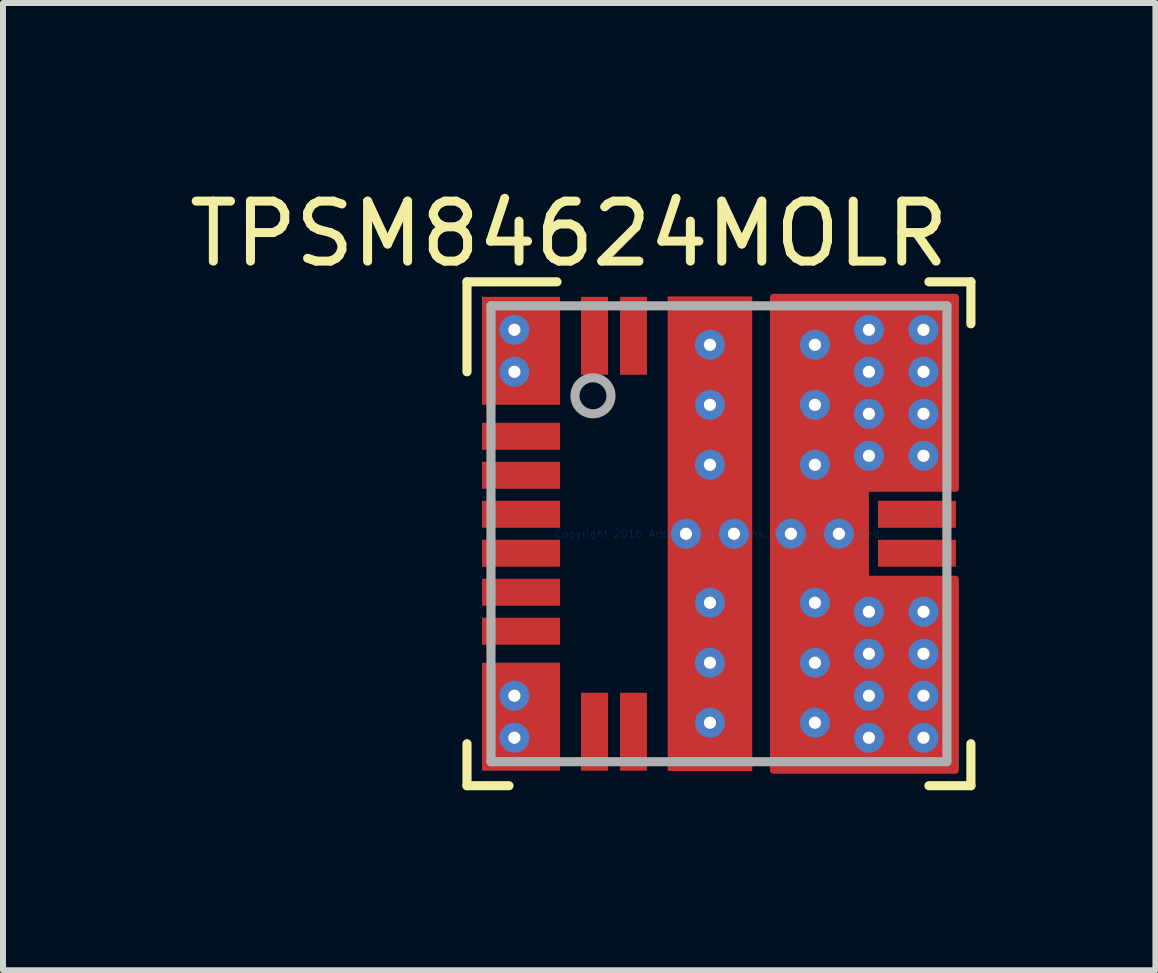
<source format=kicad_pcb>
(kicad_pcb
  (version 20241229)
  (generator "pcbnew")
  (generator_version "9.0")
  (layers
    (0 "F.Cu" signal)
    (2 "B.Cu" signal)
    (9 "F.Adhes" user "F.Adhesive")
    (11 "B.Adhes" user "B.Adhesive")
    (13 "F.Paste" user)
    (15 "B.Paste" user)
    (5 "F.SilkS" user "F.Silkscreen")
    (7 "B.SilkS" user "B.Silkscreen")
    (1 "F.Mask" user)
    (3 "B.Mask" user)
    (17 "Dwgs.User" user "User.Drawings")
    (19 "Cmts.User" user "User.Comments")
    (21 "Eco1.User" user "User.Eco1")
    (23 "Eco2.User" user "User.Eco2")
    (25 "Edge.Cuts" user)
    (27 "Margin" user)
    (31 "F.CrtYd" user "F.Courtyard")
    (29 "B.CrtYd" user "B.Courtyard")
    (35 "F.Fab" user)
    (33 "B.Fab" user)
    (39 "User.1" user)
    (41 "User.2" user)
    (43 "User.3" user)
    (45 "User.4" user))
  (footprint "TPSM84624MOLR"
    (layer "F.Cu")
    (at 8.935 5.848)
    (property "Reference" "TPSM84624MOLR" (at -2.5 -5 0) (layer "F.SilkS") (effects (font (size 1 1) (thickness 0.15))))
    (attr smd)
    (fp_line (start -4.2 -4.2) (end -2.7 -4.2) (stroke (width 0.152) (type solid)) (layer "F.SilkS"))
    (fp_line (start -4.2 -2.7) (end -4.2 -4.2) (stroke (width 0.152) (type solid)) (layer "F.SilkS"))
    (fp_line (start -4.2 4.2) (end -4.2 3.5) (stroke (width 0.152) (type solid)) (layer "F.SilkS"))
    (fp_line (start -4.2 4.2) (end -3.5 4.2) (stroke (width 0.152) (type solid)) (layer "F.SilkS"))
    (fp_line (start 3.5 -4.2) (end 4.2 -4.2) (stroke (width 0.152) (type solid)) (layer "F.SilkS"))
    (fp_line (start 3.5 4.2) (end 4.2 4.2) (stroke (width 0.152) (type solid)) (layer "F.SilkS"))
    (fp_line (start 4.2 -3.5) (end 4.2 -4.2) (stroke (width 0.152) (type solid)) (layer "F.SilkS"))
    (fp_line (start 4.2 4.2) (end 4.2 3.5) (stroke (width 0.152) (type solid)) (layer "F.SilkS"))
    (fp_line (start -3.85 -3.8) (end -3.849 -3.81) (stroke (width 0.152) (type solid)) (layer "F.Paste"))
    (fp_line (start -3.85 -2.3) (end -3.85 -3.8) (stroke (width 0.152) (type solid)) (layer "F.Paste"))
    (fp_line (start -3.85 2.3) (end -3.849 2.29) (stroke (width 0.152) (type solid)) (layer "F.Paste"))
    (fp_line (start -3.85 3.8) (end -3.85 2.3) (stroke (width 0.152) (type solid)) (layer "F.Paste"))
    (fp_line (start -3.849 -3.81) (end -3.846 -3.819) (stroke (width 0.152) (type solid)) (layer "F.Paste"))
    (fp_line (start -3.849 -2.29) (end -3.85 -2.3) (stroke (width 0.152) (type solid)) (layer "F.Paste"))
    (fp_line (start -3.849 2.29) (end -3.846 2.281) (stroke (width 0.152) (type solid)) (layer "F.Paste"))
    (fp_line (start -3.849 3.81) (end -3.85 3.8) (stroke (width 0.152) (type solid)) (layer "F.Paste"))
    (fp_line (start -3.846 -3.819) (end -3.842 -3.828) (stroke (width 0.152) (type solid)) (layer "F.Paste"))
    (fp_line (start -3.846 -2.281) (end -3.849 -2.29) (stroke (width 0.152) (type solid)) (layer "F.Paste"))
    (fp_line (start -3.846 2.281) (end -3.842 2.272) (stroke (width 0.152) (type solid)) (layer "F.Paste"))
    (fp_line (start -3.846 3.819) (end -3.849 3.81) (stroke (width 0.152) (type solid)) (layer "F.Paste"))
    (fp_line (start -3.842 -3.828) (end -3.836 -3.836) (stroke (width 0.152) (type solid)) (layer "F.Paste"))
    (fp_line (start -3.842 -2.272) (end -3.846 -2.281) (stroke (width 0.152) (type solid)) (layer "F.Paste"))
    (fp_line (start -3.842 2.272) (end -3.836 2.264) (stroke (width 0.152) (type solid)) (layer "F.Paste"))
    (fp_line (start -3.842 3.828) (end -3.846 3.819) (stroke (width 0.152) (type solid)) (layer "F.Paste"))
    (fp_line (start -3.836 -3.836) (end -3.828 -3.842) (stroke (width 0.152) (type solid)) (layer "F.Paste"))
    (fp_line (start -3.836 -2.264) (end -3.842 -2.272) (stroke (width 0.152) (type solid)) (layer "F.Paste"))
    (fp_line (start -3.836 2.264) (end -3.828 2.258) (stroke (width 0.152) (type solid)) (layer "F.Paste"))
    (fp_line (start -3.836 3.836) (end -3.842 3.828) (stroke (width 0.152) (type solid)) (layer "F.Paste"))
    (fp_line (start -3.828 -3.842) (end -3.819 -3.846) (stroke (width 0.152) (type solid)) (layer "F.Paste"))
    (fp_line (start -3.828 -2.258) (end -3.836 -2.264) (stroke (width 0.152) (type solid)) (layer "F.Paste"))
    (fp_line (start -3.828 2.258) (end -3.819 2.254) (stroke (width 0.152) (type solid)) (layer "F.Paste"))
    (fp_line (start -3.828 3.842) (end -3.836 3.836) (stroke (width 0.152) (type solid)) (layer "F.Paste"))
    (fp_line (start -3.819 -3.846) (end -3.81 -3.849) (stroke (width 0.152) (type solid)) (layer "F.Paste"))
    (fp_line (start -3.819 -2.254) (end -3.828 -2.258) (stroke (width 0.152) (type solid)) (layer "F.Paste"))
    (fp_line (start -3.819 2.254) (end -3.81 2.251) (stroke (width 0.152) (type solid)) (layer "F.Paste"))
    (fp_line (start -3.819 3.846) (end -3.828 3.842) (stroke (width 0.152) (type solid)) (layer "F.Paste"))
    (fp_line (start -3.81 -3.849) (end -3.8 -3.85) (stroke (width 0.152) (type solid)) (layer "F.Paste"))
    (fp_line (start -3.81 -2.251) (end -3.819 -2.254) (stroke (width 0.152) (type solid)) (layer "F.Paste"))
    (fp_line (start -3.81 2.251) (end -3.8 2.25) (stroke (width 0.152) (type solid)) (layer "F.Paste"))
    (fp_line (start -3.81 3.849) (end -3.819 3.846) (stroke (width 0.152) (type solid)) (layer "F.Paste"))
    (fp_line (start -3.8 -3.85) (end -2.8 -3.85) (stroke (width 0.152) (type solid)) (layer "F.Paste"))
    (fp_line (start -3.8 -2.25) (end -3.81 -2.251) (stroke (width 0.152) (type solid)) (layer "F.Paste"))
    (fp_line (start -3.8 2.25) (end -2.8 2.25) (stroke (width 0.152) (type solid)) (layer "F.Paste"))
    (fp_line (start -3.8 3.85) (end -3.81 3.849) (stroke (width 0.152) (type solid)) (layer "F.Paste"))
    (fp_line (start -2.8 -3.85) (end -2.79 -3.849) (stroke (width 0.152) (type solid)) (layer "F.Paste"))
    (fp_line (start -2.8 -2.25) (end -3.8 -2.25) (stroke (width 0.152) (type solid)) (layer "F.Paste"))
    (fp_line (start -2.8 2.25) (end -2.79 2.251) (stroke (width 0.152) (type solid)) (layer "F.Paste"))
    (fp_line (start -2.8 3.85) (end -3.8 3.85) (stroke (width 0.152) (type solid)) (layer "F.Paste"))
    (fp_line (start -2.79 -3.849) (end -2.781 -3.846) (stroke (width 0.152) (type solid)) (layer "F.Paste"))
    (fp_line (start -2.79 -2.251) (end -2.8 -2.25) (stroke (width 0.152) (type solid)) (layer "F.Paste"))
    (fp_line (start -2.79 2.251) (end -2.781 2.254) (stroke (width 0.152) (type solid)) (layer "F.Paste"))
    (fp_line (start -2.79 3.849) (end -2.8 3.85) (stroke (width 0.152) (type solid)) (layer "F.Paste"))
    (fp_line (start -2.781 -3.846) (end -2.772 -3.842) (stroke (width 0.152) (type solid)) (layer "F.Paste"))
    (fp_line (start -2.781 -2.254) (end -2.79 -2.251) (stroke (width 0.152) (type solid)) (layer "F.Paste"))
    (fp_line (start -2.781 2.254) (end -2.772 2.258) (stroke (width 0.152) (type solid)) (layer "F.Paste"))
    (fp_line (start -2.781 3.846) (end -2.79 3.849) (stroke (width 0.152) (type solid)) (layer "F.Paste"))
    (fp_line (start -2.772 -3.842) (end -2.764 -3.836) (stroke (width 0.152) (type solid)) (layer "F.Paste"))
    (fp_line (start -2.772 -2.258) (end -2.781 -2.254) (stroke (width 0.152) (type solid)) (layer "F.Paste"))
    (fp_line (start -2.772 2.258) (end -2.764 2.264) (stroke (width 0.152) (type solid)) (layer "F.Paste"))
    (fp_line (start -2.772 3.842) (end -2.781 3.846) (stroke (width 0.152) (type solid)) (layer "F.Paste"))
    (fp_line (start -2.764 -3.836) (end -2.758 -3.828) (stroke (width 0.152) (type solid)) (layer "F.Paste"))
    (fp_line (start -2.764 -2.264) (end -2.772 -2.258) (stroke (width 0.152) (type solid)) (layer "F.Paste"))
    (fp_line (start -2.764 2.264) (end -2.758 2.272) (stroke (width 0.152) (type solid)) (layer "F.Paste"))
    (fp_line (start -2.764 3.836) (end -2.772 3.842) (stroke (width 0.152) (type solid)) (layer "F.Paste"))
    (fp_line (start -2.758 -3.828) (end -2.754 -3.819) (stroke (width 0.152) (type solid)) (layer "F.Paste"))
    (fp_line (start -2.758 -2.272) (end -2.764 -2.264) (stroke (width 0.152) (type solid)) (layer "F.Paste"))
    (fp_line (start -2.758 2.272) (end -2.754 2.281) (stroke (width 0.152) (type solid)) (layer "F.Paste"))
    (fp_line (start -2.758 3.828) (end -2.764 3.836) (stroke (width 0.152) (type solid)) (layer "F.Paste"))
    (fp_line (start -2.754 -3.819) (end -2.751 -3.81) (stroke (width 0.152) (type solid)) (layer "F.Paste"))
    (fp_line (start -2.754 -2.281) (end -2.758 -2.272) (stroke (width 0.152) (type solid)) (layer "F.Paste"))
    (fp_line (start -2.754 2.281) (end -2.751 2.29) (stroke (width 0.152) (type solid)) (layer "F.Paste"))
    (fp_line (start -2.754 3.819) (end -2.758 3.828) (stroke (width 0.152) (type solid)) (layer "F.Paste"))
    (fp_line (start -2.751 -3.81) (end -2.75 -3.8) (stroke (width 0.152) (type solid)) (layer "F.Paste"))
    (fp_line (start -2.751 -2.29) (end -2.754 -2.281) (stroke (width 0.152) (type solid)) (layer "F.Paste"))
    (fp_line (start -2.751 2.29) (end -2.75 2.3) (stroke (width 0.152) (type solid)) (layer "F.Paste"))
    (fp_line (start -2.751 3.81) (end -2.754 3.819) (stroke (width 0.152) (type solid)) (layer "F.Paste"))
    (fp_line (start -2.75 -3.8) (end -2.75 -2.3) (stroke (width 0.152) (type solid)) (layer "F.Paste"))
    (fp_line (start -2.75 -2.3) (end -2.751 -2.29) (stroke (width 0.152) (type solid)) (layer "F.Paste"))
    (fp_line (start -2.75 2.3) (end -2.75 3.8) (stroke (width 0.152) (type solid)) (layer "F.Paste"))
    (fp_line (start -2.75 3.8) (end -2.751 3.81) (stroke (width 0.152) (type solid)) (layer "F.Paste"))
    (fp_line (start 2.75 -3.8) (end 2.751 -3.81) (stroke (width 0.152) (type solid)) (layer "F.Paste"))
    (fp_line (start 2.75 -2.3) (end 2.75 -3.8) (stroke (width 0.152) (type solid)) (layer "F.Paste"))
    (fp_line (start 2.75 2.3) (end 2.751 2.29) (stroke (width 0.152) (type solid)) (layer "F.Paste"))
    (fp_line (start 2.75 3.8) (end 2.75 2.3) (stroke (width 0.152) (type solid)) (layer "F.Paste"))
    (fp_line (start 2.751 -3.81) (end 2.754 -3.819) (stroke (width 0.152) (type solid)) (layer "F.Paste"))
    (fp_line (start 2.751 -2.29) (end 2.75 -2.3) (stroke (width 0.152) (type solid)) (layer "F.Paste"))
    (fp_line (start 2.751 2.29) (end 2.754 2.281) (stroke (width 0.152) (type solid)) (layer "F.Paste"))
    (fp_line (start 2.751 3.81) (end 2.75 3.8) (stroke (width 0.152) (type solid)) (layer "F.Paste"))
    (fp_line (start 2.754 -3.819) (end 2.758 -3.828) (stroke (width 0.152) (type solid)) (layer "F.Paste"))
    (fp_line (start 2.754 -2.281) (end 2.751 -2.29) (stroke (width 0.152) (type solid)) (layer "F.Paste"))
    (fp_line (start 2.754 2.281) (end 2.758 2.272) (stroke (width 0.152) (type solid)) (layer "F.Paste"))
    (fp_line (start 2.754 3.819) (end 2.751 3.81) (stroke (width 0.152) (type solid)) (layer "F.Paste"))
    (fp_line (start 2.758 -3.828) (end 2.764 -3.836) (stroke (width 0.152) (type solid)) (layer "F.Paste"))
    (fp_line (start 2.758 -2.272) (end 2.754 -2.281) (stroke (width 0.152) (type solid)) (layer "F.Paste"))
    (fp_line (start 2.758 2.272) (end 2.764 2.264) (stroke (width 0.152) (type solid)) (layer "F.Paste"))
    (fp_line (start 2.758 3.828) (end 2.754 3.819) (stroke (width 0.152) (type solid)) (layer "F.Paste"))
    (fp_line (start 2.764 -3.836) (end 2.772 -3.842) (stroke (width 0.152) (type solid)) (layer "F.Paste"))
    (fp_line (start 2.764 -2.264) (end 2.758 -2.272) (stroke (width 0.152) (type solid)) (layer "F.Paste"))
    (fp_line (start 2.764 2.264) (end 2.772 2.258) (stroke (width 0.152) (type solid)) (layer "F.Paste"))
    (fp_line (start 2.764 3.836) (end 2.758 3.828) (stroke (width 0.152) (type solid)) (layer "F.Paste"))
    (fp_line (start 2.772 -3.842) (end 2.781 -3.846) (stroke (width 0.152) (type solid)) (layer "F.Paste"))
    (fp_line (start 2.772 -2.258) (end 2.764 -2.264) (stroke (width 0.152) (type solid)) (layer "F.Paste"))
    (fp_line (start 2.772 2.258) (end 2.781 2.254) (stroke (width 0.152) (type solid)) (layer "F.Paste"))
    (fp_line (start 2.772 3.842) (end 2.764 3.836) (stroke (width 0.152) (type solid)) (layer "F.Paste"))
    (fp_line (start 2.781 -3.846) (end 2.79 -3.849) (stroke (width 0.152) (type solid)) (layer "F.Paste"))
    (fp_line (start 2.781 -2.254) (end 2.772 -2.258) (stroke (width 0.152) (type solid)) (layer "F.Paste"))
    (fp_line (start 2.781 2.254) (end 2.79 2.251) (stroke (width 0.152) (type solid)) (layer "F.Paste"))
    (fp_line (start 2.781 3.846) (end 2.772 3.842) (stroke (width 0.152) (type solid)) (layer "F.Paste"))
    (fp_line (start 2.79 -3.849) (end 2.8 -3.85) (stroke (width 0.152) (type solid)) (layer "F.Paste"))
    (fp_line (start 2.79 -2.251) (end 2.781 -2.254) (stroke (width 0.152) (type solid)) (layer "F.Paste"))
    (fp_line (start 2.79 2.251) (end 2.8 2.25) (stroke (width 0.152) (type solid)) (layer "F.Paste"))
    (fp_line (start 2.79 3.849) (end 2.781 3.846) (stroke (width 0.152) (type solid)) (layer "F.Paste"))
    (fp_line (start 2.8 -3.85) (end 3.8 -3.85) (stroke (width 0.152) (type solid)) (layer "F.Paste"))
    (fp_line (start 2.8 -2.25) (end 2.79 -2.251) (stroke (width 0.152) (type solid)) (layer "F.Paste"))
    (fp_line (start 2.8 2.25) (end 3.8 2.25) (stroke (width 0.152) (type solid)) (layer "F.Paste"))
    (fp_line (start 2.8 3.85) (end 2.79 3.849) (stroke (width 0.152) (type solid)) (layer "F.Paste"))
    (fp_line (start 3.8 -3.85) (end 3.81 -3.849) (stroke (width 0.152) (type solid)) (layer "F.Paste"))
    (fp_line (start 3.8 -2.25) (end 2.8 -2.25) (stroke (width 0.152) (type solid)) (layer "F.Paste"))
    (fp_line (start 3.8 2.25) (end 3.81 2.251) (stroke (width 0.152) (type solid)) (layer "F.Paste"))
    (fp_line (start 3.8 3.85) (end 2.8 3.85) (stroke (width 0.152) (type solid)) (layer "F.Paste"))
    (fp_line (start 3.81 -3.849) (end 3.819 -3.846) (stroke (width 0.152) (type solid)) (layer "F.Paste"))
    (fp_line (start 3.81 -2.251) (end 3.8 -2.25) (stroke (width 0.152) (type solid)) (layer "F.Paste"))
    (fp_line (start 3.81 2.251) (end 3.819 2.254) (stroke (width 0.152) (type solid)) (layer "F.Paste"))
    (fp_line (start 3.81 3.849) (end 3.8 3.85) (stroke (width 0.152) (type solid)) (layer "F.Paste"))
    (fp_line (start 3.819 -3.846) (end 3.828 -3.842) (stroke (width 0.152) (type solid)) (layer "F.Paste"))
    (fp_line (start 3.819 -2.254) (end 3.81 -2.251) (stroke (width 0.152) (type solid)) (layer "F.Paste"))
    (fp_line (start 3.819 2.254) (end 3.828 2.258) (stroke (width 0.152) (type solid)) (layer "F.Paste"))
    (fp_line (start 3.819 3.846) (end 3.81 3.849) (stroke (width 0.152) (type solid)) (layer "F.Paste"))
    (fp_line (start 3.828 -3.842) (end 3.836 -3.836) (stroke (width 0.152) (type solid)) (layer "F.Paste"))
    (fp_line (start 3.828 -2.258) (end 3.819 -2.254) (stroke (width 0.152) (type solid)) (layer "F.Paste"))
    (fp_line (start 3.828 2.258) (end 3.836 2.264) (stroke (width 0.152) (type solid)) (layer "F.Paste"))
    (fp_line (start 3.828 3.842) (end 3.819 3.846) (stroke (width 0.152) (type solid)) (layer "F.Paste"))
    (fp_line (start 3.836 -3.836) (end 3.842 -3.828) (stroke (width 0.152) (type solid)) (layer "F.Paste"))
    (fp_line (start 3.836 -2.264) (end 3.828 -2.258) (stroke (width 0.152) (type solid)) (layer "F.Paste"))
    (fp_line (start 3.836 2.264) (end 3.842 2.272) (stroke (width 0.152) (type solid)) (layer "F.Paste"))
    (fp_line (start 3.836 3.836) (end 3.828 3.842) (stroke (width 0.152) (type solid)) (layer "F.Paste"))
    (fp_line (start 3.842 -3.828) (end 3.846 -3.819) (stroke (width 0.152) (type solid)) (layer "F.Paste"))
    (fp_line (start 3.842 -2.272) (end 3.836 -2.264) (stroke (width 0.152) (type solid)) (layer "F.Paste"))
    (fp_line (start 3.842 2.272) (end 3.846 2.281) (stroke (width 0.152) (type solid)) (layer "F.Paste"))
    (fp_line (start 3.842 3.828) (end 3.836 3.836) (stroke (width 0.152) (type solid)) (layer "F.Paste"))
    (fp_line (start 3.846 -3.819) (end 3.849 -3.81) (stroke (width 0.152) (type solid)) (layer "F.Paste"))
    (fp_line (start 3.846 -2.281) (end 3.842 -2.272) (stroke (width 0.152) (type solid)) (layer "F.Paste"))
    (fp_line (start 3.846 2.281) (end 3.849 2.29) (stroke (width 0.152) (type solid)) (layer "F.Paste"))
    (fp_line (start 3.846 3.819) (end 3.842 3.828) (stroke (width 0.152) (type solid)) (layer "F.Paste"))
    (fp_line (start 3.849 -3.81) (end 3.85 -3.8) (stroke (width 0.152) (type solid)) (layer "F.Paste"))
    (fp_line (start 3.849 -2.29) (end 3.846 -2.281) (stroke (width 0.152) (type solid)) (layer "F.Paste"))
    (fp_line (start 3.849 2.29) (end 3.85 2.3) (stroke (width 0.152) (type solid)) (layer "F.Paste"))
    (fp_line (start 3.849 3.81) (end 3.846 3.819) (stroke (width 0.152) (type solid)) (layer "F.Paste"))
    (fp_line (start 3.85 -3.8) (end 3.85 -2.3) (stroke (width 0.152) (type solid)) (layer "F.Paste"))
    (fp_line (start 3.85 -2.3) (end 3.849 -2.29) (stroke (width 0.152) (type solid)) (layer "F.Paste"))
    (fp_line (start 3.85 2.3) (end 3.85 3.8) (stroke (width 0.152) (type solid)) (layer "F.Paste"))
    (fp_line (start 3.85 3.8) (end 3.849 3.81) (stroke (width 0.152) (type solid)) (layer "F.Paste"))
    (fp_poly (pts (xy 0.45 -2.3) (xy -0.75 -2.3) (xy -0.75 -3.85) (xy 0.45 -3.85)) (stroke (width 0.1) (type solid)) (fill yes) (layer "F.Paste"))
    (fp_poly (pts (xy 0.45 -0.45) (xy -0.75 -0.45) (xy -0.75 -2) (xy 0.45 -2)) (stroke (width 0.1) (type solid)) (fill yes) (layer "F.Paste"))
    (fp_poly (pts (xy 0.45 2) (xy -0.75 2) (xy -0.75 0.45) (xy 0.45 0.45)) (stroke (width 0.1) (type solid)) (fill yes) (layer "F.Paste"))
    (fp_poly (pts (xy 0.45 3.85) (xy -0.75 3.85) (xy -0.75 2.3) (xy 0.45 2.3)) (stroke (width 0.1) (type solid)) (fill yes) (layer "F.Paste"))
    (fp_poly (pts (xy 2.2 -2.3) (xy 1 -2.3) (xy 1 -3.85) (xy 2.2 -3.85)) (stroke (width 0.1) (type solid)) (fill yes) (layer "F.Paste"))
    (fp_poly (pts (xy 2.2 -0.45) (xy 1 -0.45) (xy 1 -2) (xy 2.2 -2)) (stroke (width 0.1) (type solid)) (fill yes) (layer "F.Paste"))
    (fp_poly (pts (xy 2.2 2) (xy 1 2) (xy 1 0.45) (xy 2.2 0.45)) (stroke (width 0.1) (type solid)) (fill yes) (layer "F.Paste"))
    (fp_poly (pts (xy 2.2 3.85) (xy 1 3.85) (xy 1 2.3) (xy 2.2 2.3)) (stroke (width 0.1) (type solid)) (fill yes) (layer "F.Paste"))
    (fp_line (start -3.8 -3.8) (end 3.8 -3.8) (stroke (width 0.152) (type solid)) (layer "F.Fab"))
    (fp_line (start -3.8 3.8) (end -3.8 -3.8) (stroke (width 0.152) (type solid)) (layer "F.Fab"))
    (fp_line (start -3.8 3.8) (end 3.8 3.8) (stroke (width 0.152) (type solid)) (layer "F.Fab"))
    (fp_line (start 3.8 3.8) (end 3.8 -3.8) (stroke (width 0.152) (type solid)) (layer "F.Fab"))
    (fp_circle (center -2.1 -2.3) (end -1.8 -2.3) (stroke (width 0.152) (type solid)) (fill no) (layer "F.Fab"))
    (fp_text user "Copyright 2016 Accelerated Designs. All rights reserved." (at 0 0 0) (layer "Cmts.User") (effects (font (size 0.127 0.127) (thickness 0.002))))
    (pad "1" thru_hole circle (at -3.41 -3.4) (size 0.5 0.5) (drill 0.203) (layers "*.Cu" "*.Mask"))
    (pad "1" thru_hole circle (at -3.41 -2.7) (size 0.5 0.5) (drill 0.203) (layers "*.Cu" "*.Mask"))
    (pad "1" smd rect (at -3.3 -3.05) (size 1.3 1.8) (layers "F.Cu" "F.Mask" "F.Paste"))
    (pad "2" smd rect (at -3.3 -1.625 90) (size 0.45 1.3) (layers "F.Cu" "F.Mask" "F.Paste"))
    (pad "3" smd rect (at -3.3 -0.975 90) (size 0.45 1.3) (layers "F.Cu" "F.Mask" "F.Paste"))
    (pad "4" smd rect (at -3.3 -0.325 90) (size 0.45 1.3) (layers "F.Cu" "F.Mask" "F.Paste"))
    (pad "5" smd rect (at -3.3 0.325 90) (size 0.45 1.3) (layers "F.Cu" "F.Mask" "F.Paste"))
    (pad "6" smd rect (at -3.3 0.975 90) (size 0.45 1.3) (layers "F.Cu" "F.Mask" "F.Paste"))
    (pad "7" smd rect (at -3.3 1.625 90) (size 0.45 1.3) (layers "F.Cu" "F.Mask" "F.Paste"))
    (pad "8" thru_hole circle (at -3.41 2.7) (size 0.5 0.5) (drill 0.203) (layers "*.Cu" "*.Mask"))
    (pad "8" thru_hole circle (at -3.41 3.4) (size 0.5 0.5) (drill 0.203) (layers "*.Cu" "*.Mask"))
    (pad "8" smd rect (at -3.3 3.05) (size 1.3 1.8) (layers "F.Cu" "F.Mask" "F.Paste"))
    (pad "9" smd rect (at -2.075 3.3) (size 0.45 1.3) (layers "F.Cu" "F.Mask" "F.Paste"))
    (pad "10" smd rect (at -1.425 3.3) (size 0.45 1.3) (layers "F.Cu" "F.Mask" "F.Paste"))
    (pad "11" thru_hole circle (at -0.15 1.15) (size 0.5 0.5) (drill 0.203) (layers "*.Cu" "*.Mask"))
    (pad "11" thru_hole circle (at -0.15 2.15) (size 0.5 0.5) (drill 0.203) (layers "*.Cu" "*.Mask"))
    (pad "11" smd rect (at -0.15 2.15) (size 1.4 3.6) (layers "F.Cu" "F.Mask"))
    (pad "11" thru_hole circle (at -0.15 3.15) (size 0.5 0.5) (drill 0.203) (layers "*.Cu" "*.Mask"))
    (pad "11" thru_hole circle (at 0.25 0) (size 0.5 0.5) (drill 0.203) (layers "*.Cu"))
    (pad "12" thru_hole circle (at 1.6 1.15) (size 0.5 0.5) (drill 0.203) (layers "*.Cu" "*.Mask"))
    (pad "12" thru_hole circle (at 1.6 2.15) (size 0.5 0.5) (drill 0.203) (layers "*.Cu" "*.Mask"))
    (pad "12" smd rect (at 1.6 2.15) (size 1.4 3.6) (layers "F.Cu" "F.Mask"))
    (pad "12" thru_hole circle (at 1.6 3.15) (size 0.5 0.5) (drill 0.203) (layers "*.Cu" "*.Mask"))
    (pad "12" thru_hole circle (at 2 0) (size 0.5 0.5) (drill 0.203) (layers "*.Cu"))
    (pad "12" thru_hole circle (at 2.5 1.3) (size 0.5 0.5) (drill 0.203) (layers "*.Cu"))
    (pad "12" thru_hole circle (at 2.5 2) (size 0.5 0.5) (drill 0.203) (layers "*.Cu"))
    (pad "12" thru_hole circle (at 2.5 2.7) (size 0.5 0.5) (drill 0.203) (layers "*.Cu"))
    (pad "12" thru_hole circle (at 2.5 3.4) (size 0.5 0.5) (drill 0.203) (layers "*.Cu"))
    (pad "12" thru_hole circle (at 3.41 1.3) (size 0.5 0.5) (drill 0.203) (layers "*.Cu"))
    (pad "12" thru_hole circle (at 3.41 2) (size 0.5 0.5) (drill 0.203) (layers "*.Cu"))
    (pad "12" thru_hole circle (at 3.41 2.7) (size 0.5 0.5) (drill 0.203) (layers "*.Cu" "*.Mask"))
    (pad "12" thru_hole circle (at 3.41 3.4) (size 0.5 0.5) (drill 0.203) (layers "*.Cu" "*.Mask"))
    (pad "13" smd rect (at 3.3 3.05) (size 1.3 1.8) (layers "F.Cu" "F.Mask" "F.Paste"))
    (pad "14" smd rect (at 3.3 1.625 90) (size 0.45 1.3) (layers "F.Cu" "F.Mask" "F.Paste"))
    (pad "15" smd rect (at 3.3 0.975 90) (size 0.45 1.3) (layers "F.Cu" "F.Mask" "F.Paste"))
    (pad "16" smd rect (at 3.3 0.325 90) (size 0.45 1.3) (layers "F.Cu" "F.Mask" "F.Paste"))
    (pad "17" smd rect (at 3.3 -0.325 90) (size 0.45 1.3) (layers "F.Cu" "F.Mask" "F.Paste"))
    (pad "18" smd rect (at 3.3 -0.975 90) (size 0.45 1.3) (layers "F.Cu" "F.Mask" "F.Paste"))
    (pad "19" smd rect (at 3.3 -1.625 90) (size 0.45 1.3) (layers "F.Cu" "F.Mask" "F.Paste"))
    (pad "20" smd rect (at 3.3 -3.05) (size 1.3 1.8) (layers "F.Cu" "F.Mask" "F.Paste"))
    (pad "21" thru_hole circle (at 1.2 0) (size 0.5 0.5) (drill 0.203) (layers "*.Cu"))
    (pad "21" thru_hole circle (at 1.6 -3.15) (size 0.5 0.5) (drill 0.203) (layers "*.Cu" "*.Mask"))
    (pad "21" thru_hole circle (at 1.6 -2.15) (size 0.5 0.5) (drill 0.203) (layers "*.Cu" "*.Mask"))
    (pad "21" smd rect (at 1.6 -2.15) (size 1.4 3.6) (layers "F.Cu" "F.Mask"))
    (pad "21" thru_hole circle (at 1.6 -1.15) (size 0.5 0.5) (drill 0.203) (layers "*.Cu" "*.Mask"))
    (pad "21" smd custom (at 1.6 0) (size 0.2 0.2) (layers "F.Cu") (options (anchor rect)) (primitives (gr_poly (pts (xy 2.35 -0.75) (xy 0.85 -0.75) (xy 0.85 0.75) (xy 2.35 0.75) (xy 2.35 3.95) (xy -0.7 3.95) (xy -0.7 -3.95) (xy 2.35 -3.95)) (width 0.1) (fill yes))))
    (pad "21" thru_hole circle (at 2.5 -3.4) (size 0.5 0.5) (drill 0.203) (layers "*.Cu"))
    (pad "21" thru_hole circle (at 2.5 -2.7) (size 0.5 0.5) (drill 0.203) (layers "*.Cu"))
    (pad "21" thru_hole circle (at 2.5 -2) (size 0.5 0.5) (drill 0.203) (layers "*.Cu"))
    (pad "21" thru_hole circle (at 2.5 -1.3) (size 0.5 0.5) (drill 0.203) (layers "*.Cu"))
    (pad "21" thru_hole circle (at 3.41 -3.4) (size 0.5 0.5) (drill 0.203) (layers "*.Cu" "*.Mask"))
    (pad "21" thru_hole circle (at 3.41 -2.7) (size 0.5 0.5) (drill 0.203) (layers "*.Cu" "*.Mask"))
    (pad "21" thru_hole circle (at 3.41 -2) (size 0.5 0.5) (drill 0.203) (layers "*.Cu"))
    (pad "21" thru_hole circle (at 3.41 -1.3) (size 0.5 0.5) (drill 0.203) (layers "*.Cu"))
    (pad "22" thru_hole circle (at -0.55 0) (size 0.5 0.5) (drill 0.203) (layers "*.Cu"))
    (pad "22" thru_hole circle (at -0.15 -3.15) (size 0.5 0.5) (drill 0.203) (layers "*.Cu" "*.Mask"))
    (pad "22" thru_hole circle (at -0.15 -2.15) (size 0.5 0.5) (drill 0.203) (layers "*.Cu" "*.Mask"))
    (pad "22" smd rect (at -0.15 -2.15) (size 1.4 3.6) (layers "F.Cu" "F.Mask"))
    (pad "22" thru_hole circle (at -0.15 -1.15) (size 0.5 0.5) (drill 0.203) (layers "*.Cu" "*.Mask"))
    (pad "22" smd custom (at -0.15 0) (size 0.2 0.2) (layers "F.Cu") (options (anchor rect)) (primitives (gr_poly (pts (xy 0.7 3.95) (xy -0.7 3.95) (xy -0.7 -3.95) (xy 0.7 -3.95)) (width 0.01) (fill yes))))
    (pad "23" smd rect (at -1.425 -3.3) (size 0.45 1.3) (layers "F.Cu" "F.Mask" "F.Paste"))
    (pad "24" smd rect (at -2.075 -3.3) (size 0.45 1.3) (layers "F.Cu" "F.Mask" "F.Paste")))
  (gr_rect
    (start -3 -3)
    (end 16.211 13.124)
    (stroke (width 0.1) (type default))
    (fill no)
    (layer "Edge.Cuts")))
</source>
